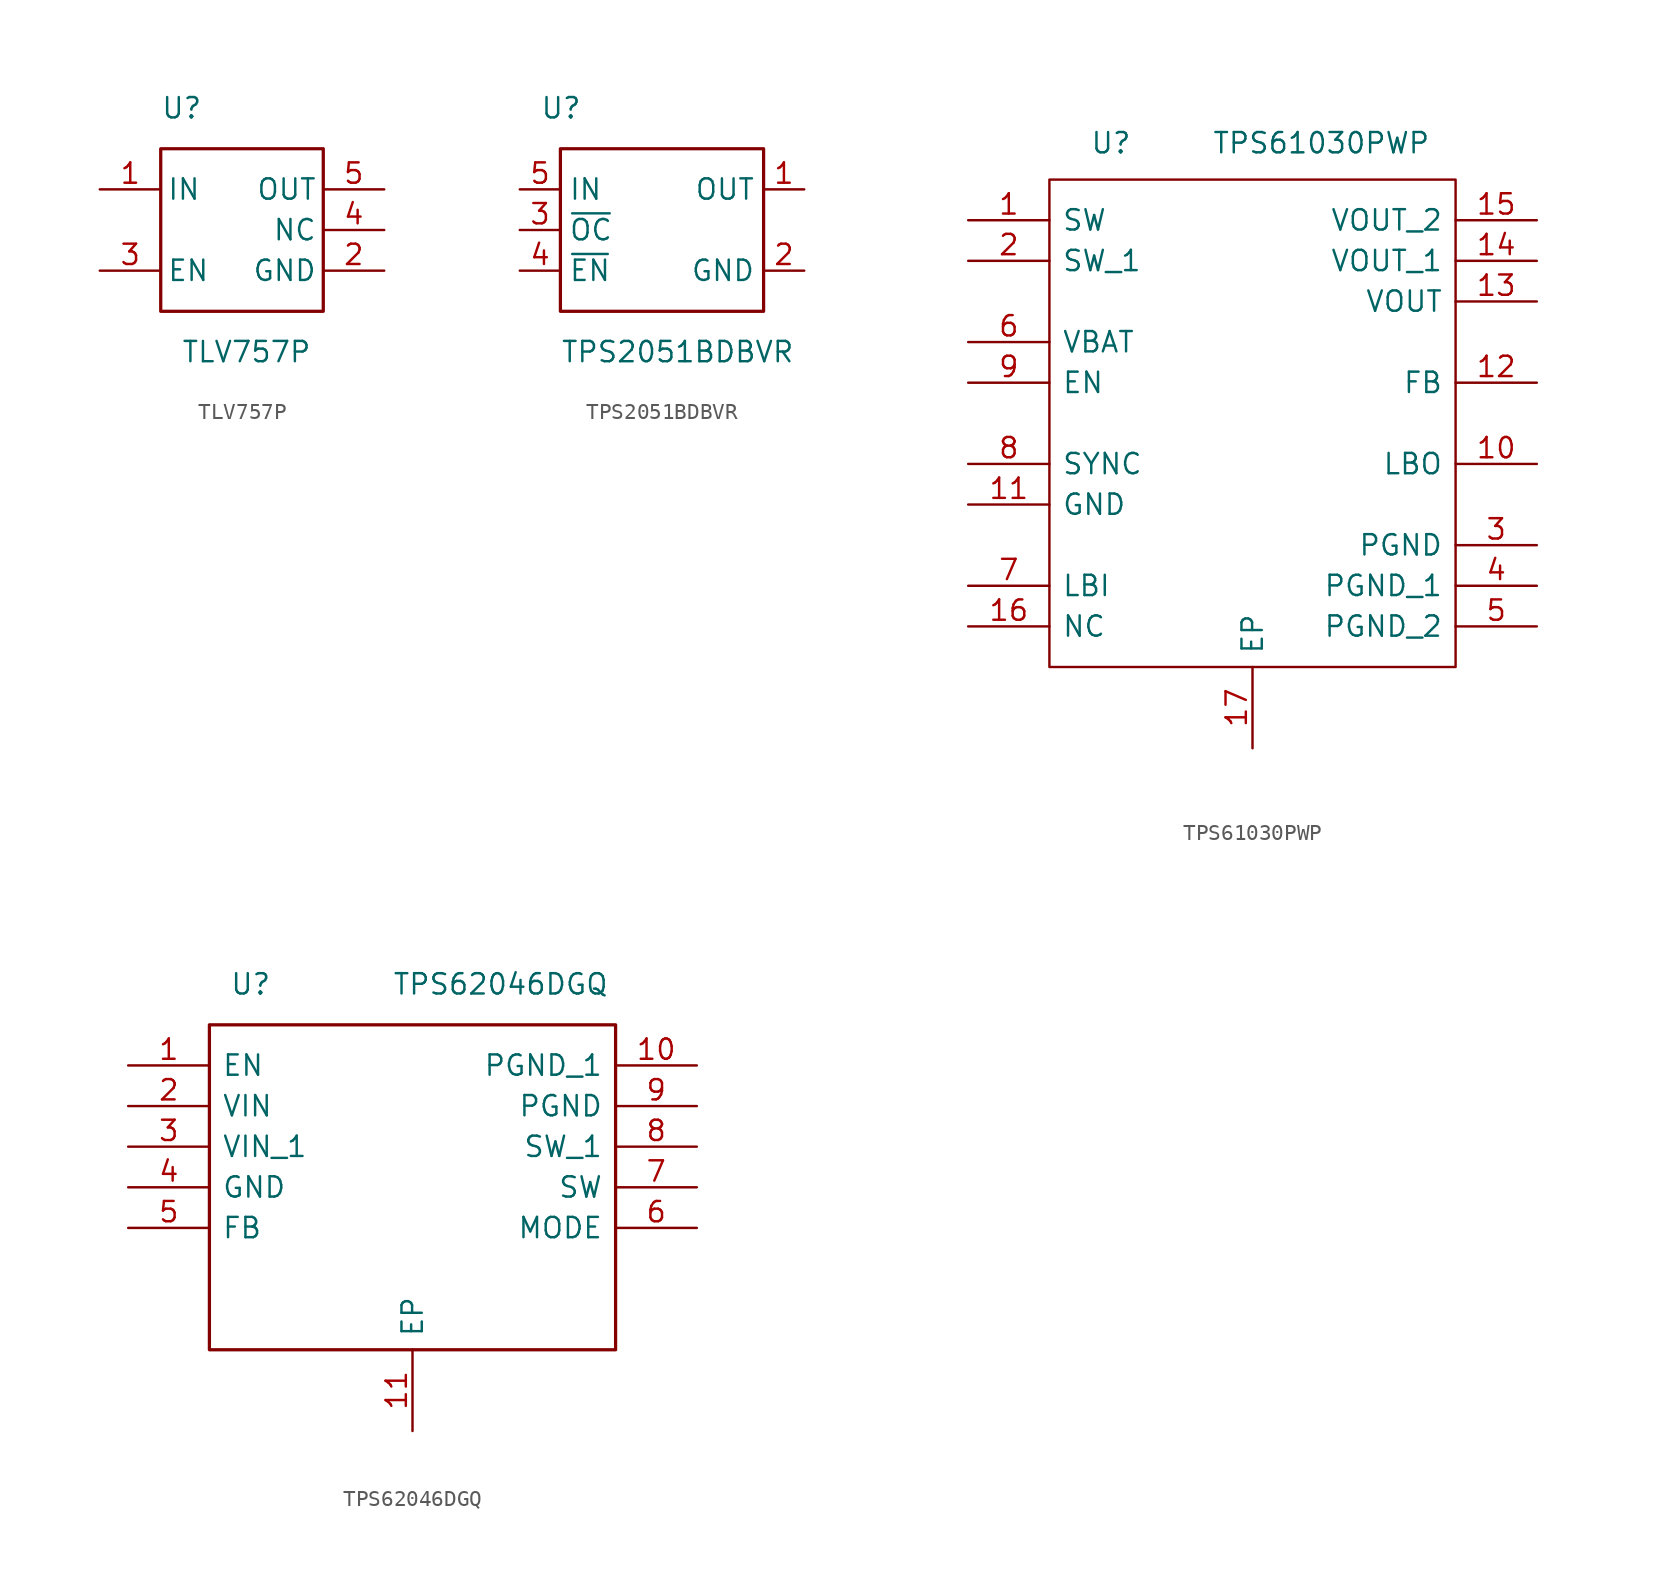
<source format=kicad_sym>
(kicad_symbol_lib
  (version 20241209)
  (generator "kicad_symbol_editor")
  (generator_version "9.0")
  (symbol "TLV757P"
    (pin_names
      (offset 0.381))
    (property "Reference" "U"
      (at -5.08 7.62 0)
      (effects (font (size 1.27 1.27)) (justify left)))
    (property "Value" "TLV757P"
      (at -3.81 -7.62 0)
      (effects (font (size 1.27 1.27)) (justify left)))
    (symbol "TLV757P_0_0"
      (pin bidirectional line (at -8.89 2.54 0) (length 3.81) (name "IN" (effects (font (size 1.27 1.27)))) (number "1" (effects (font (size 1.27 1.27)))))
      (pin bidirectional line (at -8.89 -2.54 0) (length 3.81) (name "EN" (effects (font (size 1.27 1.27)))) (number "3" (effects (font (size 1.27 1.27)))))
      (pin bidirectional line (at 8.89 2.54 180) (length 3.81) (name "OUT" (effects (font (size 1.27 1.27)))) (number "5" (effects (font (size 1.27 1.27)))))
      (pin bidirectional line (at 8.89 0 180) (length 3.81) (name "NC" (effects (font (size 1.27 1.27)))) (number "4" (effects (font (size 1.27 1.27))))))
    (symbol "TLV757P_0_1"
      (polyline (pts (xy -5.08 5.08) (xy 5.08 5.08) (xy 5.08 -5.08) (xy -5.08 -5.08) (xy -5.08 5.08)) (stroke (width 0.203) (type solid)) (fill (type none))))
    (symbol "TLV757P_1_0"
      (pin bidirectional line (at 8.89 -2.54 180) (length 3.81) (name "GND" (effects (font (size 1.27 1.27)))) (number "2" (effects (font (size 1.27 1.27)))))))
  (symbol "TPS2051BDBVR"
    (property "Reference" "U"
      (at -7.62 7.62 0)
      (effects (font (size 1.27 1.27)) (justify left)))
    (property "Value" "TPS2051BDBVR"
      (at -6.35 -7.62 0)
      (effects (font (size 1.27 1.27)) (justify left)))
    (symbol "TPS2051BDBVR_0_0"
      (pin bidirectional line (at -8.89 0 0) (length 2.54) (name "~{OC}" (effects (font (size 1.27 1.27)))) (number "3" (effects (font (size 1.27 1.27))))))
    (symbol "TPS2051BDBVR_0_1"
      (polyline (pts (xy -6.35 5.08) (xy 6.35 5.08) (xy 6.35 -5.08) (xy -6.35 -5.08) (xy -6.35 5.08)) (stroke (width 0.203) (type solid)) (fill (type none))))
    (symbol "TPS2051BDBVR_1_0"
      (pin bidirectional line (at -8.89 2.54 0) (length 2.54) (name "IN" (effects (font (size 1.27 1.27)))) (number "5" (effects (font (size 1.27 1.27)))))
      (pin bidirectional line (at -8.89 -2.54 0) (length 2.54) (name "~{EN}" (effects (font (size 1.27 1.27)))) (number "4" (effects (font (size 1.27 1.27)))))
      (pin bidirectional line (at 8.89 2.54 180) (length 2.54) (name "OUT" (effects (font (size 1.27 1.27)))) (number "1" (effects (font (size 1.27 1.27)))))
      (pin bidirectional line (at 8.89 -2.54 180) (length 2.54) (name "GND" (effects (font (size 1.27 1.27)))) (number "2" (effects (font (size 1.27 1.27)))))))
  (symbol "TPS61030PWP"
    (pin_names
      (offset 0.762))
    (property "Reference" "U"
      (at -10.16 16.256 0)
      (effects (font (size 1.27 1.27)) (justify left)))
    (property "Value" "TPS61030PWP"
      (at -2.54 16.256 0)
      (effects (font (size 1.27 1.27)) (justify left)))
    (symbol "TPS61030PWP_0_0"
      (pin bidirectional line (at -17.78 11.43 0) (length 5.08) (name "SW" (effects (font (size 1.27 1.27)))) (number "1" (effects (font (size 1.27 1.27)))))
      (pin bidirectional line (at -17.78 8.89 0) (length 5.08) (name "SW_1" (effects (font (size 1.27 1.27)))) (number "2" (effects (font (size 1.27 1.27)))))
      (pin bidirectional line (at -17.78 3.81 0) (length 5.08) (name "VBAT" (effects (font (size 1.27 1.27)))) (number "6" (effects (font (size 1.27 1.27)))))
      (pin bidirectional line (at -17.78 -3.81 0) (length 5.08) (name "SYNC" (effects (font (size 1.27 1.27)))) (number "8" (effects (font (size 1.27 1.27)))))
      (pin bidirectional line (at -17.78 -6.35 0) (length 5.08) (name "GND" (effects (font (size 1.27 1.27)))) (number "11" (effects (font (size 1.27 1.27)))))
      (pin bidirectional line (at -17.78 -11.43 0) (length 5.08) (name "LBI" (effects (font (size 1.27 1.27)))) (number "7" (effects (font (size 1.27 1.27)))))
      (pin bidirectional line (at -17.78 -13.97 0) (length 5.08) (name "NC" (effects (font (size 1.27 1.27)))) (number "16" (effects (font (size 1.27 1.27)))))
      (pin bidirectional line (at 0 -21.59 90) (length 5.08) (name "EP" (effects (font (size 1.27 1.27)))) (number "17" (effects (font (size 1.27 1.27)))))
      (pin bidirectional line (at 17.78 11.43 180) (length 5.08) (name "VOUT_2" (effects (font (size 1.27 1.27)))) (number "15" (effects (font (size 1.27 1.27)))))
      (pin bidirectional line (at 17.78 8.89 180) (length 5.08) (name "VOUT_1" (effects (font (size 1.27 1.27)))) (number "14" (effects (font (size 1.27 1.27)))))
      (pin bidirectional line (at 17.78 6.35 180) (length 5.08) (name "VOUT" (effects (font (size 1.27 1.27)))) (number "13" (effects (font (size 1.27 1.27)))))
      (pin bidirectional line (at 17.78 1.27 180) (length 5.08) (name "FB" (effects (font (size 1.27 1.27)))) (number "12" (effects (font (size 1.27 1.27)))))
      (pin bidirectional line (at 17.78 -3.81 180) (length 5.08) (name "LBO" (effects (font (size 1.27 1.27)))) (number "10" (effects (font (size 1.27 1.27)))))
      (pin bidirectional line (at 17.78 -8.89 180) (length 5.08) (name "PGND" (effects (font (size 1.27 1.27)))) (number "3" (effects (font (size 1.27 1.27)))))
      (pin bidirectional line (at 17.78 -11.43 180) (length 5.08) (name "PGND_1" (effects (font (size 1.27 1.27)))) (number "4" (effects (font (size 1.27 1.27)))))
      (pin bidirectional line (at 17.78 -13.97 180) (length 5.08) (name "PGND_2" (effects (font (size 1.27 1.27)))) (number "5" (effects (font (size 1.27 1.27))))))
    (symbol "TPS61030PWP_0_1"
      (polyline (pts (xy -12.7 13.97) (xy 12.7 13.97) (xy 12.7 -16.51) (xy -12.7 -16.51) (xy -12.7 13.97)) (stroke (width 0.152) (type solid)) (fill (type none))))
    (symbol "TPS61030PWP_1_0"
      (pin bidirectional line (at -17.78 1.27 0) (length 5.08) (name "EN" (effects (font (size 1.27 1.27)))) (number "9" (effects (font (size 1.27 1.27)))))))
  (symbol "TPS62046DGQ"
    (pin_names
      (offset 0.762))
    (property "Reference" "U"
      (at -11.43 12.7 0)
      (effects (font (size 1.27 1.27)) (justify left)))
    (property "Value" "TPS62046DGQ"
      (at -1.27 12.7 0)
      (effects (font (size 1.27 1.27)) (justify left)))
    (symbol "TPS62046DGQ_0_0"
      (pin bidirectional line (at -17.78 7.62 0) (length 5.08) (name "EN" (effects (font (size 1.27 1.27)))) (number "1" (effects (font (size 1.27 1.27)))))
      (pin bidirectional line (at -17.78 5.08 0) (length 5.08) (name "VIN" (effects (font (size 1.27 1.27)))) (number "2" (effects (font (size 1.27 1.27)))))
      (pin bidirectional line (at -17.78 2.54 0) (length 5.08) (name "VIN_1" (effects (font (size 1.27 1.27)))) (number "3" (effects (font (size 1.27 1.27)))))
      (pin bidirectional line (at -17.78 0 0) (length 5.08) (name "GND" (effects (font (size 1.27 1.27)))) (number "4" (effects (font (size 1.27 1.27)))))
      (pin bidirectional line (at -17.78 -2.54 0) (length 5.08) (name "FB" (effects (font (size 1.27 1.27)))) (number "5" (effects (font (size 1.27 1.27)))))
      (pin bidirectional line (at 0 -15.24 90) (length 5.08) (name "EP" (effects (font (size 1.27 1.27)))) (number "11" (effects (font (size 1.27 1.27)))))
      (pin bidirectional line (at 17.78 7.62 180) (length 5.08) (name "PGND_1" (effects (font (size 1.27 1.27)))) (number "10" (effects (font (size 1.27 1.27)))))
      (pin bidirectional line (at 17.78 5.08 180) (length 5.08) (name "PGND" (effects (font (size 1.27 1.27)))) (number "9" (effects (font (size 1.27 1.27)))))
      (pin bidirectional line (at 17.78 2.54 180) (length 5.08) (name "SW_1" (effects (font (size 1.27 1.27)))) (number "8" (effects (font (size 1.27 1.27)))))
      (pin bidirectional line (at 17.78 0 180) (length 5.08) (name "SW" (effects (font (size 1.27 1.27)))) (number "7" (effects (font (size 1.27 1.27)))))
      (pin bidirectional line (at 17.78 -2.54 180) (length 5.08) (name "MODE" (effects (font (size 1.27 1.27)))) (number "6" (effects (font (size 1.27 1.27))))))
    (symbol "TPS62046DGQ_0_1"
      (polyline (pts (xy -12.7 10.16) (xy 12.7 10.16) (xy 12.7 -10.16) (xy -12.7 -10.16) (xy -12.7 10.16)) (stroke (width 0.203) (type solid)) (fill (type none))))))
</source>
